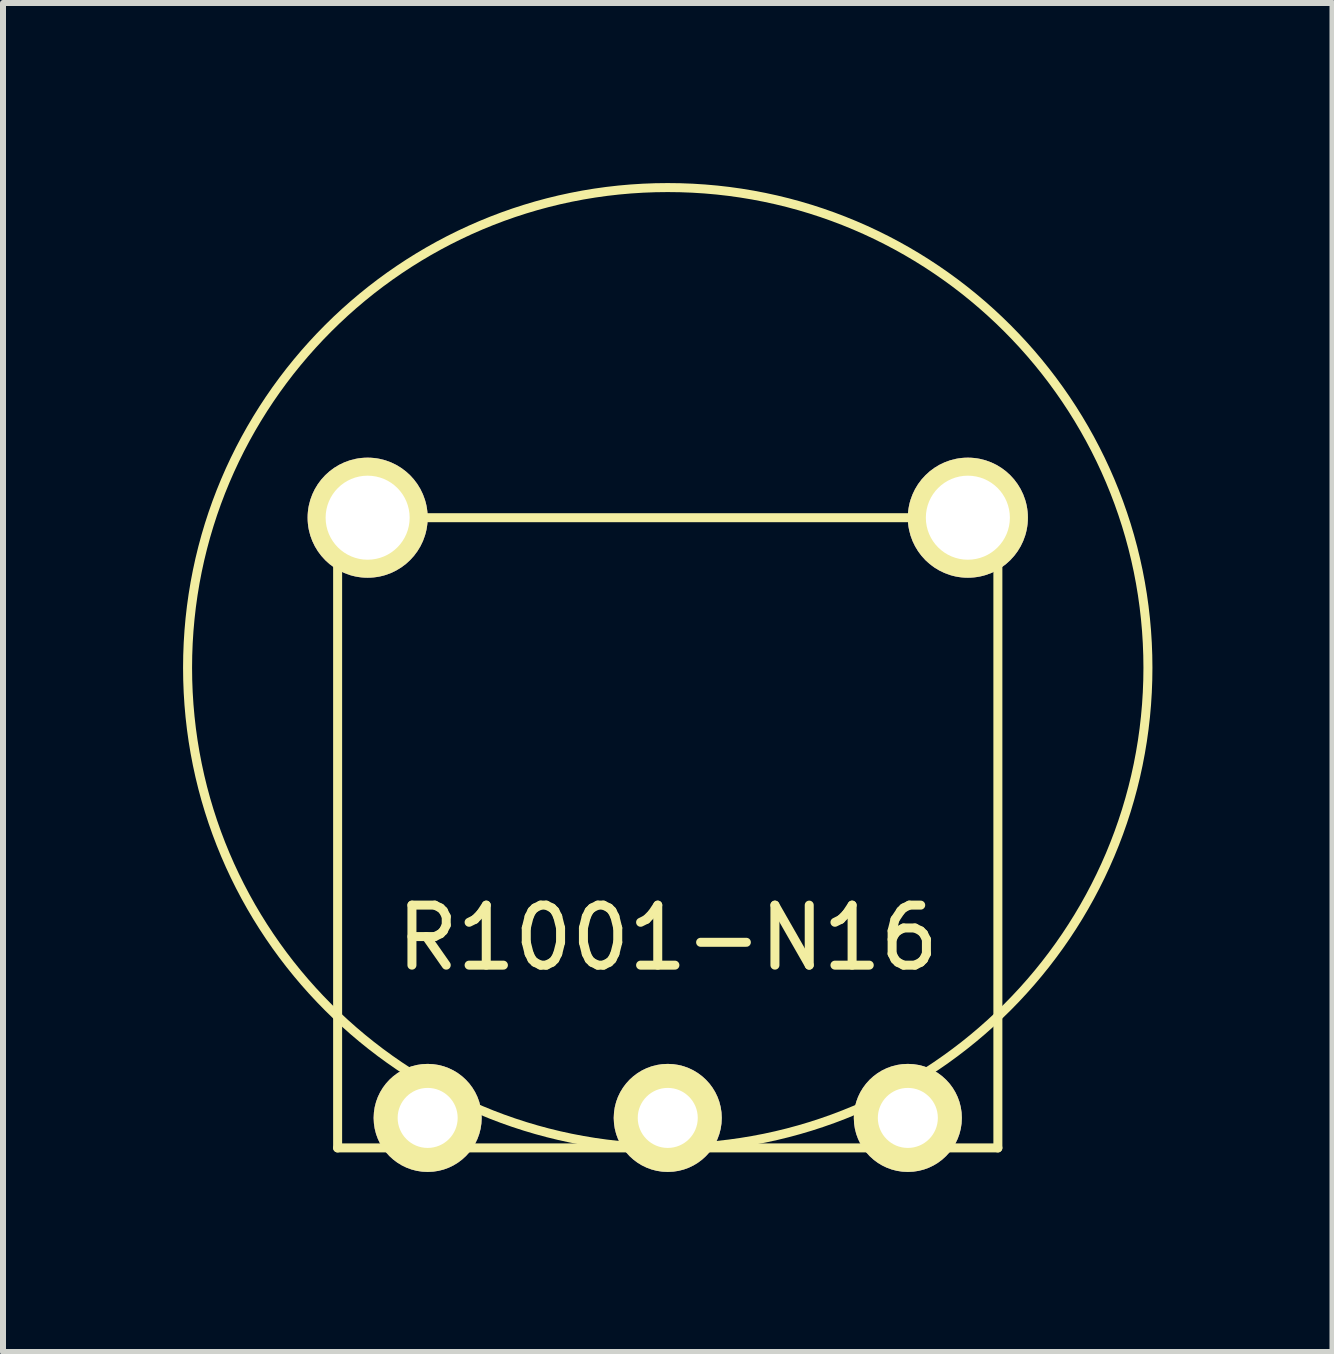
<source format=kicad_pcb>
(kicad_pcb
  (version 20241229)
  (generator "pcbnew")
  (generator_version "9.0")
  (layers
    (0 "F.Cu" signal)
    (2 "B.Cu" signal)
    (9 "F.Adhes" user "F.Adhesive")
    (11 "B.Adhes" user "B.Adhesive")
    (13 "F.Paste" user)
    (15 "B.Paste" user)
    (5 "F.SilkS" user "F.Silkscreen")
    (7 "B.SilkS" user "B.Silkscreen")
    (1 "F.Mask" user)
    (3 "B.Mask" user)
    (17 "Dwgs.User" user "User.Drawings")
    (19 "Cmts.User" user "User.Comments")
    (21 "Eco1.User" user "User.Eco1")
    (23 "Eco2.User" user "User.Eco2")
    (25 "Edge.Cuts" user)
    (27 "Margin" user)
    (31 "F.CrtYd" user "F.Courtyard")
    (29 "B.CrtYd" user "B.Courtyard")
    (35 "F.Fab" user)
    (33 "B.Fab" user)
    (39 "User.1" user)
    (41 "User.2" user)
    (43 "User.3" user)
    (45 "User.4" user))
  (footprint "R1001-N16"
    (layer "F.Cu")
    (at 8.075 8.075)
    (property "Reference" "R1001-N16" (at 0 4.5 0) (layer "F.SilkS") (effects (font (size 1 1) (thickness 0.15))))
    (attr through_hole)
    (fp_line (start -5.5 -2.5) (end -5.5 8) (stroke (width 0.15) (type solid)) (layer "F.SilkS"))
    (fp_line (start -5.5 8) (end 5.5 8) (stroke (width 0.15) (type solid)) (layer "F.SilkS"))
    (fp_line (start 5.5 -2.5) (end -5.5 -2.5) (stroke (width 0.15) (type solid)) (layer "F.SilkS"))
    (fp_line (start 5.5 8) (end 5.5 -2.5) (stroke (width 0.15) (type solid)) (layer "F.SilkS"))
    (fp_circle (center 0 0) (end 0 8) (stroke (width 0.15) (type solid)) (fill no) (layer "F.SilkS"))
    (pad "" thru_hole circle (at -5 -2.5) (size 2 2) (drill 1.4) (layers "*.Cu" "*.Mask" "F.SilkS"))
    (pad "" thru_hole circle (at 5 -2.5) (size 2 2) (drill 1.4) (layers "*.Cu" "*.Mask" "F.SilkS"))
    (pad "1" thru_hole circle (at -4 7.5) (size 1.8 1.8) (drill 1) (layers "*.Cu" "*.Mask" "F.SilkS"))
    (pad "2" thru_hole circle (at 0 7.5) (size 1.8 1.8) (drill 1) (layers "*.Cu" "*.Mask" "F.SilkS"))
    (pad "3" thru_hole circle (at 4 7.5) (size 1.8 1.8) (drill 1) (layers "*.Cu" "*.Mask" "F.SilkS")))
  (gr_rect
    (start -3 -3)
    (end 19.15 19.475)
    (stroke (width 0.1) (type default))
    (fill no)
    (layer "Edge.Cuts")))
</source>
